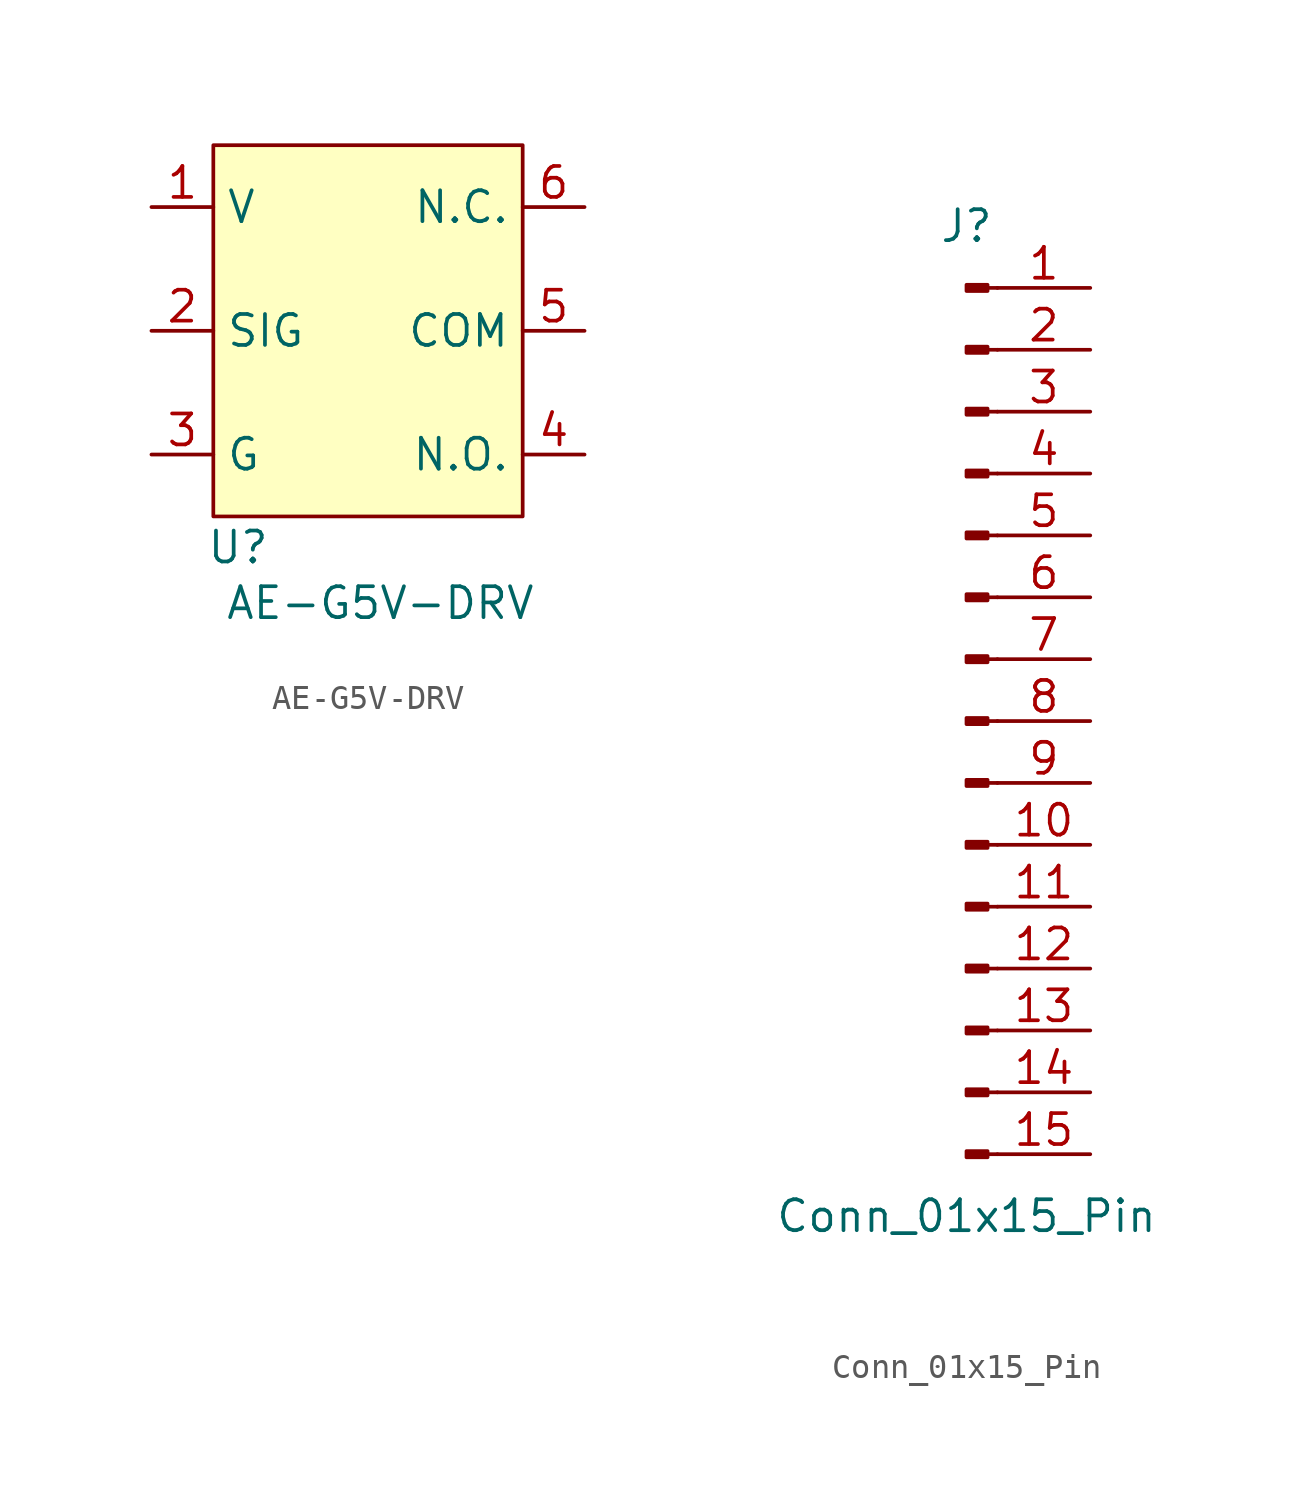
<source format=kicad_sym>
(kicad_symbol_lib
  (version 20231120)
  (generator "kicad_symbol_editor")
  (generator_version "8.0")
  (symbol "AE-G5V-DRV"
    (property "Reference" "U"
      (at -5.334 -8.89 0)
      (effects (font (size 1.27 1.27))))
    (property "Value" "AE-G5V-DRV"
      (at 0.508 -11.176 0)
      (effects (font (size 1.27 1.27))))
    (symbol "AE-G5V-DRV_0_1"
      (rectangle (start -6.35 7.62) (end 6.35 -7.62) (stroke (width 0) (type default)) (fill (type background))))
    (symbol "AE-G5V-DRV_1_1"
      (pin power_in line (at -8.89 5.08 0) (length 2.54) (name "V" (effects (font (size 1.27 1.27)))) (number "1" (effects (font (size 1.27 1.27)))))
      (pin input line (at -8.89 0 0) (length 2.54) (name "SIG" (effects (font (size 1.27 1.27)))) (number "2" (effects (font (size 1.27 1.27)))))
      (pin power_in line (at -8.89 -5.08 0) (length 2.54) (name "G" (effects (font (size 1.27 1.27)))) (number "3" (effects (font (size 1.27 1.27)))))
      (pin bidirectional line (at 8.89 -5.08 180) (length 2.54) (name "N.O." (effects (font (size 1.27 1.27)))) (number "4" (effects (font (size 1.27 1.27)))))
      (pin bidirectional line (at 8.89 0 180) (length 2.54) (name "COM" (effects (font (size 1.27 1.27)))) (number "5" (effects (font (size 1.27 1.27)))))
      (pin bidirectional line (at 8.89 5.08 180) (length 2.54) (name "N.C." (effects (font (size 1.27 1.27)))) (number "6" (effects (font (size 1.27 1.27)))))))
  (symbol "Conn_01x15_Pin"
    (pin_names
      (offset 1.016) hide)
    (property "Reference" "J"
      (at 0 20.32 0)
      (effects (font (size 1.27 1.27))))
    (property "Value" "Conn_01x15_Pin"
      (at 0 -20.32 0)
      (effects (font (size 1.27 1.27))))
    (property "ki_locked" ""
      (at 0 0 0)
      (effects (font (size 1.27 1.27))))
    (symbol "Conn_01x15_Pin_1_1"
      (polyline (pts (xy 1.27 -17.78) (xy 0.864 -17.78)) (stroke (width 0.152) (type default)) (fill (type none)))
      (polyline (pts (xy 1.27 -15.24) (xy 0.864 -15.24)) (stroke (width 0.152) (type default)) (fill (type none)))
      (polyline (pts (xy 1.27 -12.7) (xy 0.864 -12.7)) (stroke (width 0.152) (type default)) (fill (type none)))
      (polyline (pts (xy 1.27 -10.16) (xy 0.864 -10.16)) (stroke (width 0.152) (type default)) (fill (type none)))
      (polyline (pts (xy 1.27 -7.62) (xy 0.864 -7.62)) (stroke (width 0.152) (type default)) (fill (type none)))
      (polyline (pts (xy 1.27 -5.08) (xy 0.864 -5.08)) (stroke (width 0.152) (type default)) (fill (type none)))
      (polyline (pts (xy 1.27 -2.54) (xy 0.864 -2.54)) (stroke (width 0.152) (type default)) (fill (type none)))
      (polyline (pts (xy 1.27 0) (xy 0.864 0)) (stroke (width 0.152) (type default)) (fill (type none)))
      (polyline (pts (xy 1.27 2.54) (xy 0.864 2.54)) (stroke (width 0.152) (type default)) (fill (type none)))
      (polyline (pts (xy 1.27 5.08) (xy 0.864 5.08)) (stroke (width 0.152) (type default)) (fill (type none)))
      (polyline (pts (xy 1.27 7.62) (xy 0.864 7.62)) (stroke (width 0.152) (type default)) (fill (type none)))
      (polyline (pts (xy 1.27 10.16) (xy 0.864 10.16)) (stroke (width 0.152) (type default)) (fill (type none)))
      (polyline (pts (xy 1.27 12.7) (xy 0.864 12.7)) (stroke (width 0.152) (type default)) (fill (type none)))
      (polyline (pts (xy 1.27 15.24) (xy 0.864 15.24)) (stroke (width 0.152) (type default)) (fill (type none)))
      (polyline (pts (xy 1.27 17.78) (xy 0.864 17.78)) (stroke (width 0.152) (type default)) (fill (type none)))
      (rectangle (start 0.864 -17.653) (end 0 -17.907) (stroke (width 0.152) (type default)) (fill (type outline)))
      (rectangle (start 0.864 -15.113) (end 0 -15.367) (stroke (width 0.152) (type default)) (fill (type outline)))
      (rectangle (start 0.864 -12.573) (end 0 -12.827) (stroke (width 0.152) (type default)) (fill (type outline)))
      (rectangle (start 0.864 -10.033) (end 0 -10.287) (stroke (width 0.152) (type default)) (fill (type outline)))
      (rectangle (start 0.864 -7.493) (end 0 -7.747) (stroke (width 0.152) (type default)) (fill (type outline)))
      (rectangle (start 0.864 -4.953) (end 0 -5.207) (stroke (width 0.152) (type default)) (fill (type outline)))
      (rectangle (start 0.864 -2.413) (end 0 -2.667) (stroke (width 0.152) (type default)) (fill (type outline)))
      (rectangle (start 0.864 0.127) (end 0 -0.127) (stroke (width 0.152) (type default)) (fill (type outline)))
      (rectangle (start 0.864 2.667) (end 0 2.413) (stroke (width 0.152) (type default)) (fill (type outline)))
      (rectangle (start 0.864 5.207) (end 0 4.953) (stroke (width 0.152) (type default)) (fill (type outline)))
      (rectangle (start 0.864 7.747) (end 0 7.493) (stroke (width 0.152) (type default)) (fill (type outline)))
      (rectangle (start 0.864 10.287) (end 0 10.033) (stroke (width 0.152) (type default)) (fill (type outline)))
      (rectangle (start 0.864 12.827) (end 0 12.573) (stroke (width 0.152) (type default)) (fill (type outline)))
      (rectangle (start 0.864 15.367) (end 0 15.113) (stroke (width 0.152) (type default)) (fill (type outline)))
      (rectangle (start 0.864 17.907) (end 0 17.653) (stroke (width 0.152) (type default)) (fill (type outline)))
      (pin passive line (at 5.08 17.78 180) (length 3.81) (name "Pin_1" (effects (font (size 1.27 1.27)))) (number "1" (effects (font (size 1.27 1.27)))))
      (pin passive line (at 5.08 -5.08 180) (length 3.81) (name "Pin_10" (effects (font (size 1.27 1.27)))) (number "10" (effects (font (size 1.27 1.27)))))
      (pin passive line (at 5.08 -7.62 180) (length 3.81) (name "Pin_11" (effects (font (size 1.27 1.27)))) (number "11" (effects (font (size 1.27 1.27)))))
      (pin passive line (at 5.08 -10.16 180) (length 3.81) (name "Pin_12" (effects (font (size 1.27 1.27)))) (number "12" (effects (font (size 1.27 1.27)))))
      (pin passive line (at 5.08 -12.7 180) (length 3.81) (name "Pin_13" (effects (font (size 1.27 1.27)))) (number "13" (effects (font (size 1.27 1.27)))))
      (pin passive line (at 5.08 -15.24 180) (length 3.81) (name "Pin_14" (effects (font (size 1.27 1.27)))) (number "14" (effects (font (size 1.27 1.27)))))
      (pin passive line (at 5.08 -17.78 180) (length 3.81) (name "Pin_15" (effects (font (size 1.27 1.27)))) (number "15" (effects (font (size 1.27 1.27)))))
      (pin passive line (at 5.08 15.24 180) (length 3.81) (name "Pin_2" (effects (font (size 1.27 1.27)))) (number "2" (effects (font (size 1.27 1.27)))))
      (pin passive line (at 5.08 12.7 180) (length 3.81) (name "Pin_3" (effects (font (size 1.27 1.27)))) (number "3" (effects (font (size 1.27 1.27)))))
      (pin passive line (at 5.08 10.16 180) (length 3.81) (name "Pin_4" (effects (font (size 1.27 1.27)))) (number "4" (effects (font (size 1.27 1.27)))))
      (pin passive line (at 5.08 7.62 180) (length 3.81) (name "Pin_5" (effects (font (size 1.27 1.27)))) (number "5" (effects (font (size 1.27 1.27)))))
      (pin passive line (at 5.08 5.08 180) (length 3.81) (name "Pin_6" (effects (font (size 1.27 1.27)))) (number "6" (effects (font (size 1.27 1.27)))))
      (pin passive line (at 5.08 2.54 180) (length 3.81) (name "Pin_7" (effects (font (size 1.27 1.27)))) (number "7" (effects (font (size 1.27 1.27)))))
      (pin passive line (at 5.08 0 180) (length 3.81) (name "Pin_8" (effects (font (size 1.27 1.27)))) (number "8" (effects (font (size 1.27 1.27)))))
      (pin passive line (at 5.08 -2.54 180) (length 3.81) (name "Pin_9" (effects (font (size 1.27 1.27)))) (number "9" (effects (font (size 1.27 1.27))))))))
</source>
